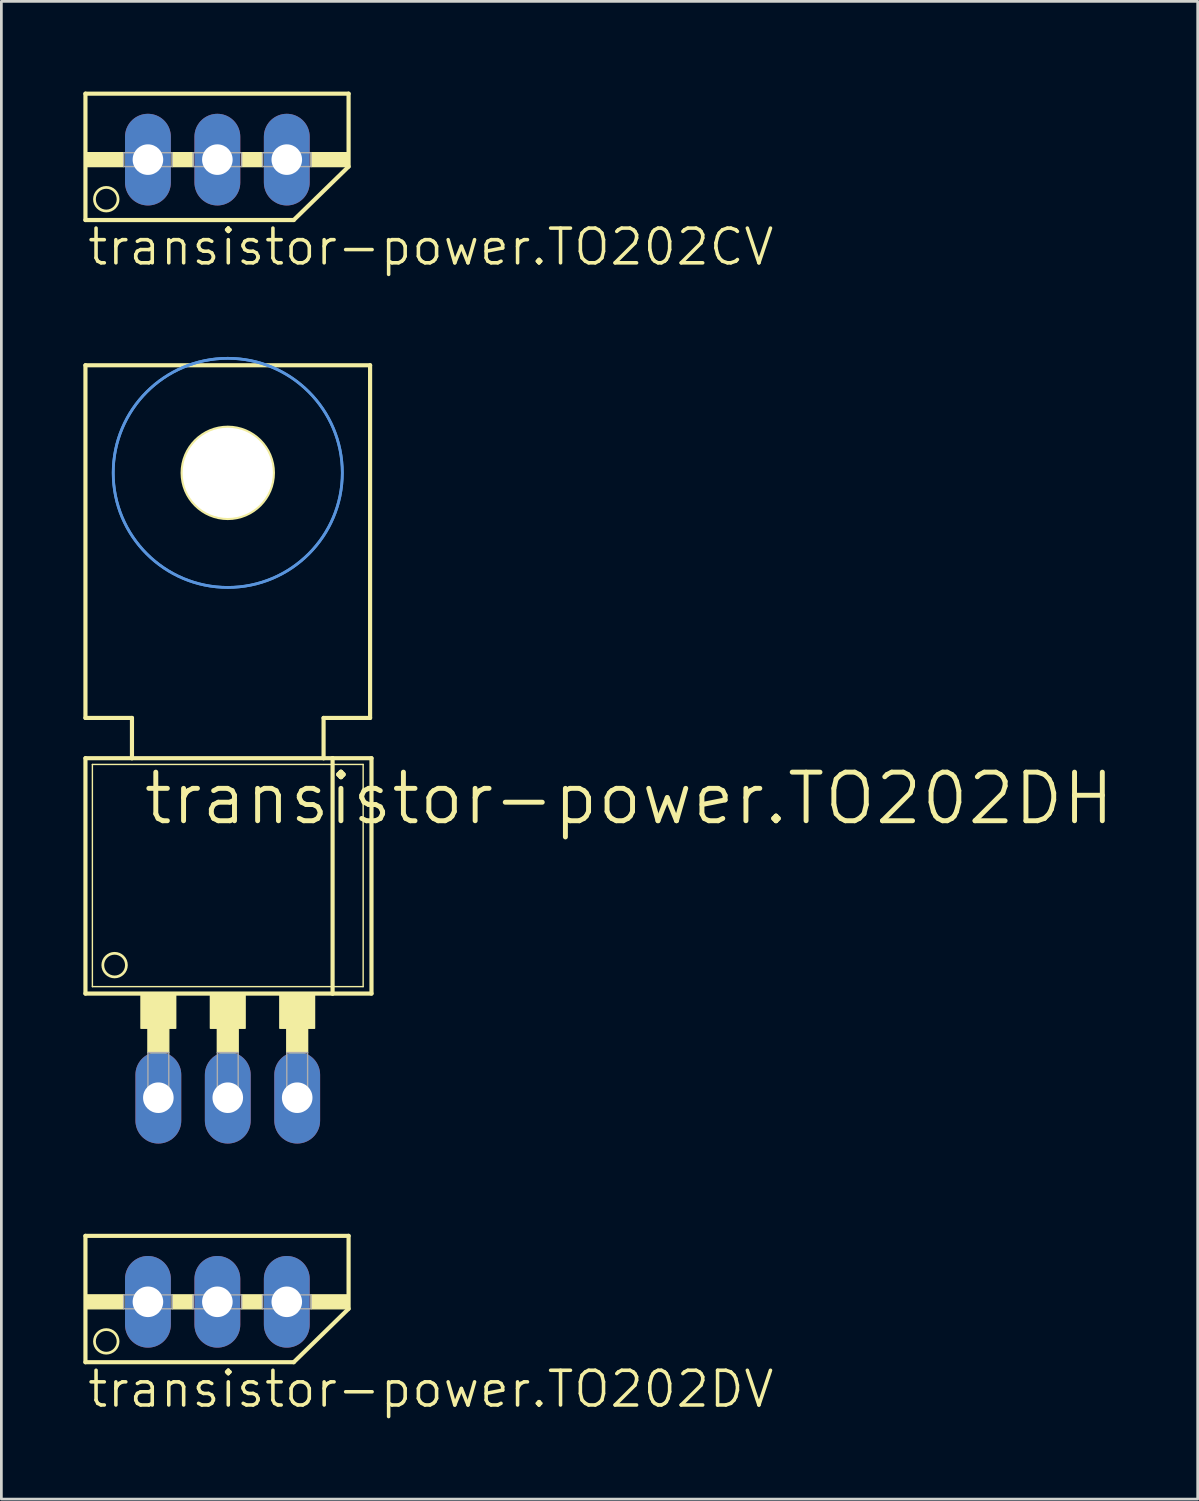
<source format=kicad_pcb>
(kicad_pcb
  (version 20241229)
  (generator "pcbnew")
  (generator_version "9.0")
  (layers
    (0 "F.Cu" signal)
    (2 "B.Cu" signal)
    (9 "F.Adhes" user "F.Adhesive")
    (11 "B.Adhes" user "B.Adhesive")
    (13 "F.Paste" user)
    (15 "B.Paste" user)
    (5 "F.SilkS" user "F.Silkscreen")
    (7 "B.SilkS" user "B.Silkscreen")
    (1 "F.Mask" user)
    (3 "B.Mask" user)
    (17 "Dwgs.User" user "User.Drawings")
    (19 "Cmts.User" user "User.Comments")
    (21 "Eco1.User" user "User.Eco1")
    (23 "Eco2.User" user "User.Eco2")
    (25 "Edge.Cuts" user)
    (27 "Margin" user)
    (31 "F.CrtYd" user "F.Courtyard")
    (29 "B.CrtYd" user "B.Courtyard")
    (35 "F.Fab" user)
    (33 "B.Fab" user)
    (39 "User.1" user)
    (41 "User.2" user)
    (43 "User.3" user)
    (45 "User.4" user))
  (footprint "transistor-power.TO202CV"
    (layer "F.Cu")
    (at 4.902 0.25)
    (property "Reference" "transistor-power.TO202CV" (at -4.826 6.477 0) (layer "F.SilkS") (effects (font (size 1.27 1.27) (thickness 0.13)) (justify left bottom)))
    (attr through_hole)
    (fp_line (start -4.826 0.127) (end 4.801 0.127) (stroke (width 0.152) (type default)) (layer "F.SilkS"))
    (fp_line (start -4.826 4.75) (end -4.826 0.127) (stroke (width 0.152) (type default)) (layer "F.SilkS"))
    (fp_line (start -4.826 4.75) (end 2.794 4.75) (stroke (width 0.152) (type default)) (layer "F.SilkS"))
    (fp_line (start 2.794 4.75) (end 4.801 2.794) (stroke (width 0.152) (type default)) (layer "F.SilkS"))
    (fp_line (start 4.801 0.127) (end 4.801 2.794) (stroke (width 0.152) (type default)) (layer "F.SilkS"))
    (fp_rect (start -4.826 2.794) (end -3.429 2.286) (stroke (width 0.05) (type default)) (fill yes) (layer "F.SilkS"))
    (fp_rect (start -1.651 2.794) (end -0.889 2.286) (stroke (width 0.05) (type default)) (fill yes) (layer "F.SilkS"))
    (fp_rect (start 0.889 2.794) (end 1.651 2.286) (stroke (width 0.05) (type default)) (fill yes) (layer "F.SilkS"))
    (fp_rect (start 3.429 2.794) (end 4.826 2.286) (stroke (width 0.05) (type default)) (fill yes) (layer "F.SilkS"))
    (fp_circle (center -4.064 3.988) (end -3.632 3.988) (stroke (width 0.1) (type default)) (fill no) (layer "F.SilkS"))
    (fp_rect (start -3.429 2.794) (end -1.651 2.286) (stroke (width 0.05) (type default)) (fill no) (layer "F.Fab"))
    (fp_rect (start -0.889 2.794) (end 0.889 2.286) (stroke (width 0.05) (type default)) (fill no) (layer "F.Fab"))
    (fp_rect (start 1.651 2.794) (end 3.429 2.286) (stroke (width 0.05) (type default)) (fill no) (layer "F.Fab"))
    (pad "B" thru_hole oval (at -2.54 2.54 90) (size 3.353 1.676) (drill 1.118) (layers "*.Cu" "*.Mask"))
    (pad "C" thru_hole oval (at 2.54 2.54 90) (size 3.353 1.676) (drill 1.118) (layers "*.Cu" "*.Mask"))
    (pad "E" thru_hole oval (at 0 2.54 90) (size 3.353 1.676) (drill 1.118) (layers "*.Cu" "*.Mask")))
  (footprint "transistor-power.TO202DH"
    (layer "F.Cu")
    (at 5.283 32.03)
    (property "Reference" "transistor-power.TO202DH" (at -3.175 -4.826 0) (layer "F.SilkS") (effects (font (size 1.778 1.778) (thickness 0.18)) (justify left bottom)))
    (attr through_hole)
    (fp_line (start -5.207 -21.717) (end -5.207 -8.814) (stroke (width 0.152) (type default)) (layer "F.SilkS"))
    (fp_line (start -5.207 -7.341) (end -3.505 -7.341) (stroke (width 0.152) (type default)) (layer "F.SilkS"))
    (fp_line (start -5.207 1.27) (end -5.207 -7.341) (stroke (width 0.152) (type default)) (layer "F.SilkS"))
    (fp_line (start -5.207 1.27) (end 3.835 1.27) (stroke (width 0.152) (type default)) (layer "F.SilkS"))
    (fp_line (start -4.953 1.016) (end -4.953 -7.112) (stroke (width 0.051) (type default)) (layer "F.SilkS"))
    (fp_line (start -4.953 1.016) (end 4.953 1.016) (stroke (width 0.051) (type default)) (layer "F.SilkS"))
    (fp_line (start -3.505 -8.814) (end -5.207 -8.814) (stroke (width 0.152) (type default)) (layer "F.SilkS"))
    (fp_line (start -3.505 -7.341) (end -3.505 -8.814) (stroke (width 0.152) (type default)) (layer "F.SilkS"))
    (fp_line (start -3.505 -7.341) (end 3.505 -7.341) (stroke (width 0.152) (type default)) (layer "F.SilkS"))
    (fp_line (start 3.505 -8.814) (end 3.505 -7.341) (stroke (width 0.152) (type default)) (layer "F.SilkS"))
    (fp_line (start 3.505 -7.341) (end 3.835 -7.341) (stroke (width 0.152) (type default)) (layer "F.SilkS"))
    (fp_line (start 3.835 -7.341) (end 5.258 -7.341) (stroke (width 0.152) (type default)) (layer "F.SilkS"))
    (fp_line (start 3.835 1.27) (end 3.835 -7.341) (stroke (width 0.152) (type default)) (layer "F.SilkS"))
    (fp_line (start 3.835 1.27) (end 5.258 1.27) (stroke (width 0.152) (type default)) (layer "F.SilkS"))
    (fp_line (start 4.953 -7.112) (end -4.953 -7.112) (stroke (width 0.051) (type default)) (layer "F.SilkS"))
    (fp_line (start 4.953 -7.112) (end 4.953 1.016) (stroke (width 0.051) (type default)) (layer "F.SilkS"))
    (fp_line (start 5.207 -21.717) (end -5.207 -21.717) (stroke (width 0.152) (type default)) (layer "F.SilkS"))
    (fp_line (start 5.207 -21.717) (end 5.207 -8.814) (stroke (width 0.152) (type default)) (layer "F.SilkS"))
    (fp_line (start 5.207 -8.814) (end 3.505 -8.814) (stroke (width 0.152) (type default)) (layer "F.SilkS"))
    (fp_line (start 5.258 1.27) (end 5.258 -7.341) (stroke (width 0.152) (type default)) (layer "F.SilkS"))
    (fp_rect (start -3.175 2.54) (end -1.905 1.27) (stroke (width 0.05) (type default)) (fill yes) (layer "F.SilkS"))
    (fp_rect (start -2.921 3.429) (end -2.159 2.54) (stroke (width 0.05) (type default)) (fill yes) (layer "F.SilkS"))
    (fp_rect (start -0.635 2.54) (end 0.635 1.27) (stroke (width 0.05) (type default)) (fill yes) (layer "F.SilkS"))
    (fp_rect (start -0.381 3.429) (end 0.381 2.54) (stroke (width 0.05) (type default)) (fill yes) (layer "F.SilkS"))
    (fp_rect (start 1.905 2.54) (end 3.175 1.27) (stroke (width 0.05) (type default)) (fill yes) (layer "F.SilkS"))
    (fp_rect (start 2.159 3.429) (end 2.921 2.54) (stroke (width 0.05) (type default)) (fill yes) (layer "F.SilkS"))
    (fp_circle (center -4.14 0.229) (end -3.708 0.229) (stroke (width 0.1) (type default)) (fill no) (layer "F.SilkS"))
    (fp_circle (center 0 -17.78) (end 1.651 -17.78) (stroke (width 0.152) (type default)) (fill no) (layer "F.SilkS"))
    (fp_circle (center 0 -17.78) (end 4.191 -17.78) (stroke (width 0.1) (type default)) (fill no) (layer "Cmts.User"))
    (fp_circle (center 0 -17.78) (end 4.191 -17.78) (stroke (width 0.1) (type default)) (fill no) (layer "Cmts.User"))
    (fp_rect (start -2.921 5.207) (end -2.159 3.429) (stroke (width 0.05) (type default)) (fill no) (layer "F.Fab"))
    (fp_rect (start -0.381 5.207) (end 0.381 3.429) (stroke (width 0.05) (type default)) (fill no) (layer "F.Fab"))
    (fp_rect (start 2.159 5.207) (end 2.921 3.429) (stroke (width 0.05) (type default)) (fill no) (layer "F.Fab"))
    (pad "" np_thru_hole circle (at 0 -17.78) (size 3.302 3.302) (drill 3.302) (layers "*.Cu" "*.Mask"))
    (pad "B" thru_hole oval (at 2.54 5.08 90) (size 3.353 1.676) (drill 1.118) (layers "*.Cu" "*.Mask"))
    (pad "C" thru_hole oval (at 0 5.08 90) (size 3.353 1.676) (drill 1.118) (layers "*.Cu" "*.Mask"))
    (pad "E" thru_hole oval (at -2.54 5.08 90) (size 3.353 1.676) (drill 1.118) (layers "*.Cu" "*.Mask")))
  (footprint "transistor-power.TO202DV"
    (layer "F.Cu")
    (at 4.902 42.037)
    (property "Reference" "transistor-power.TO202DV" (at -4.826 6.477 0) (layer "F.SilkS") (effects (font (size 1.27 1.27) (thickness 0.13)) (justify left bottom)))
    (attr through_hole)
    (fp_line (start -4.826 0.127) (end 4.801 0.127) (stroke (width 0.152) (type default)) (layer "F.SilkS"))
    (fp_line (start -4.826 4.75) (end -4.826 0.127) (stroke (width 0.152) (type default)) (layer "F.SilkS"))
    (fp_line (start -4.826 4.75) (end 2.794 4.75) (stroke (width 0.152) (type default)) (layer "F.SilkS"))
    (fp_line (start 2.794 4.75) (end 4.801 2.794) (stroke (width 0.152) (type default)) (layer "F.SilkS"))
    (fp_line (start 4.801 0.127) (end 4.801 2.794) (stroke (width 0.152) (type default)) (layer "F.SilkS"))
    (fp_rect (start -4.826 2.794) (end -3.429 2.286) (stroke (width 0.05) (type default)) (fill yes) (layer "F.SilkS"))
    (fp_rect (start -1.651 2.794) (end -0.889 2.286) (stroke (width 0.05) (type default)) (fill yes) (layer "F.SilkS"))
    (fp_rect (start 0.889 2.794) (end 1.651 2.286) (stroke (width 0.05) (type default)) (fill yes) (layer "F.SilkS"))
    (fp_rect (start 3.429 2.794) (end 4.826 2.286) (stroke (width 0.05) (type default)) (fill yes) (layer "F.SilkS"))
    (fp_circle (center -4.064 3.988) (end -3.632 3.988) (stroke (width 0.1) (type default)) (fill no) (layer "F.SilkS"))
    (fp_rect (start -3.429 2.794) (end -1.651 2.286) (stroke (width 0.05) (type default)) (fill no) (layer "F.Fab"))
    (fp_rect (start -0.889 2.794) (end 0.889 2.286) (stroke (width 0.05) (type default)) (fill no) (layer "F.Fab"))
    (fp_rect (start 1.651 2.794) (end 3.429 2.286) (stroke (width 0.05) (type default)) (fill no) (layer "F.Fab"))
    (pad "B" thru_hole oval (at 2.54 2.54 90) (size 3.353 1.676) (drill 1.118) (layers "*.Cu" "*.Mask"))
    (pad "C" thru_hole oval (at 0 2.54 90) (size 3.353 1.676) (drill 1.118) (layers "*.Cu" "*.Mask"))
    (pad "E" thru_hole oval (at -2.54 2.54 90) (size 3.353 1.676) (drill 1.118) (layers "*.Cu" "*.Mask")))
  (gr_rect
    (start -3 -3)
    (end 40.768 51.796)
    (stroke (width 0.1) (type default))
    (fill no)
    (layer "Edge.Cuts")))
</source>
